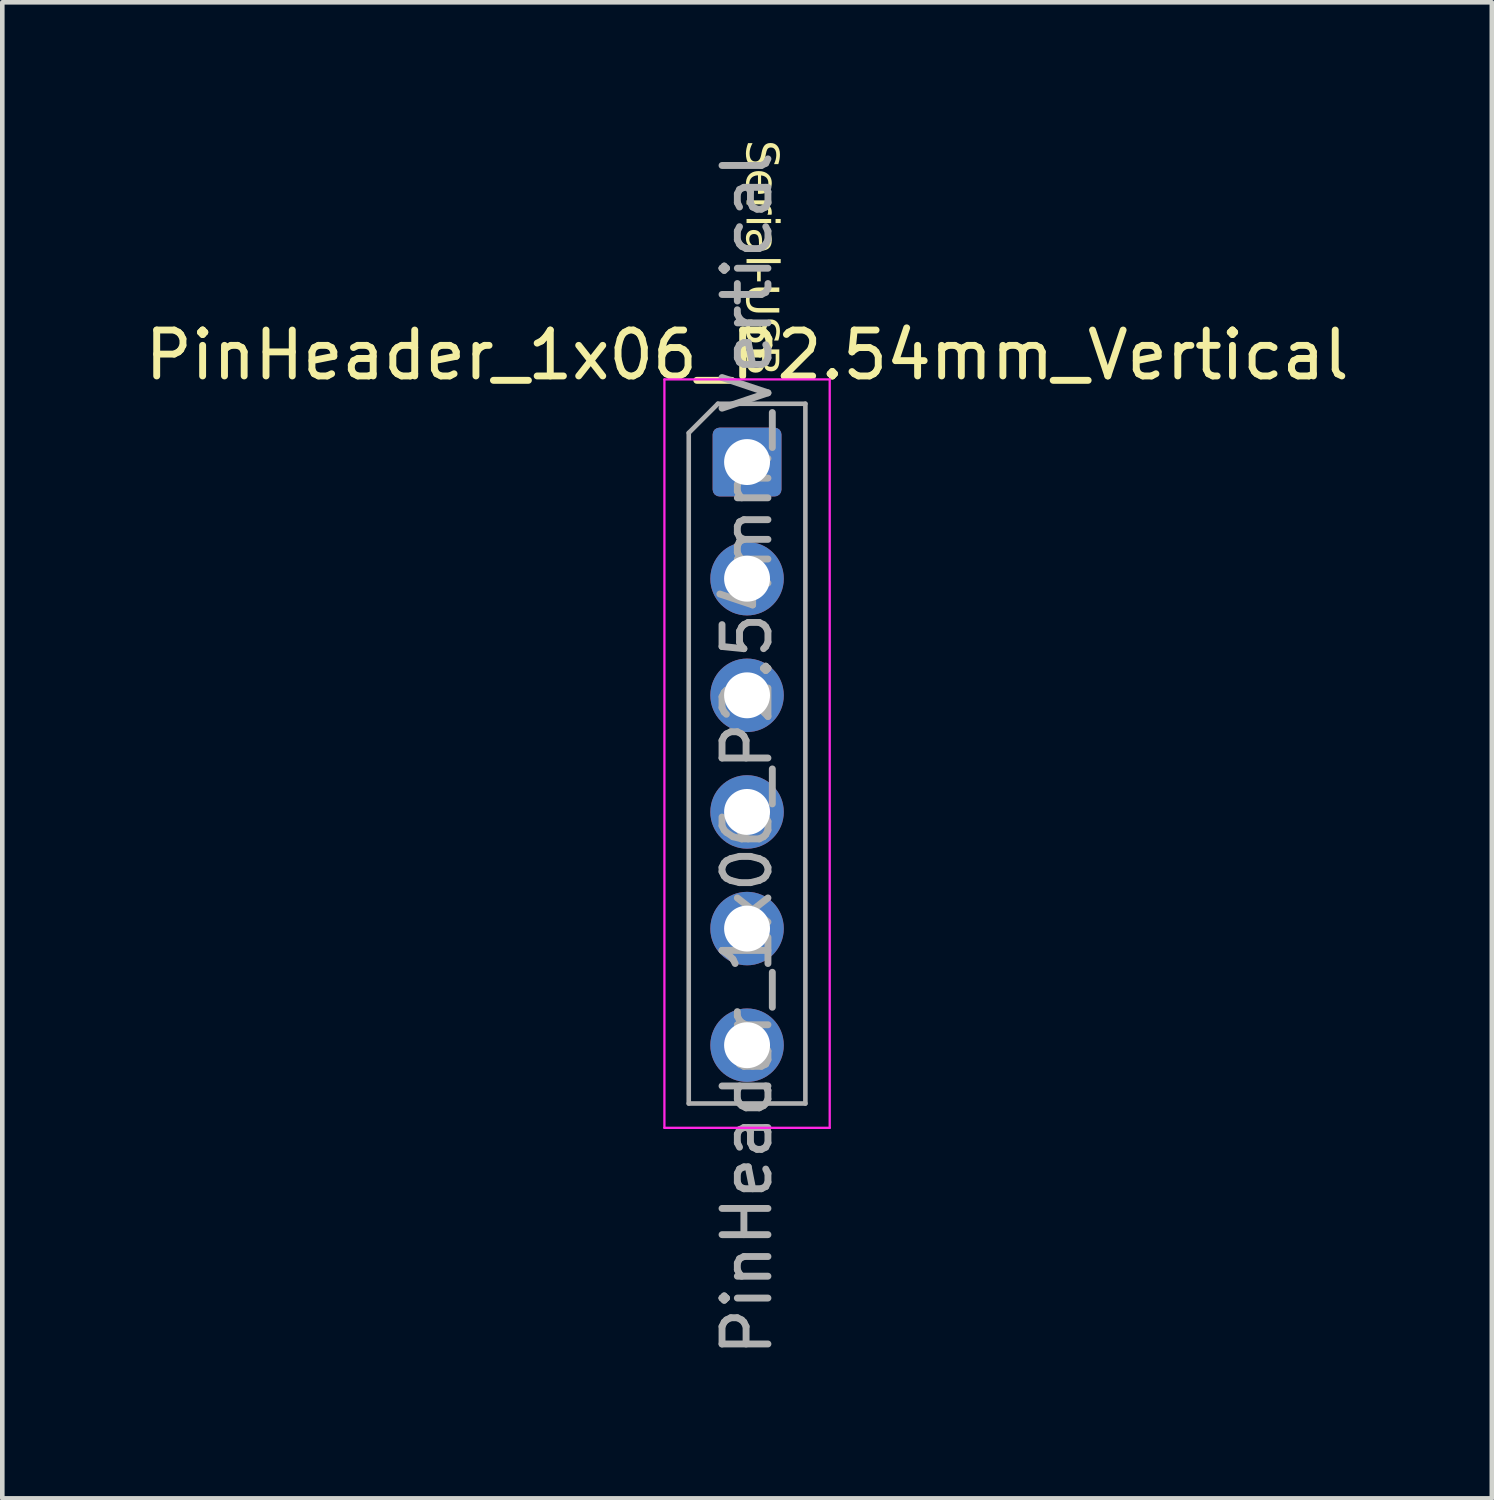
<source format=kicad_pcb>
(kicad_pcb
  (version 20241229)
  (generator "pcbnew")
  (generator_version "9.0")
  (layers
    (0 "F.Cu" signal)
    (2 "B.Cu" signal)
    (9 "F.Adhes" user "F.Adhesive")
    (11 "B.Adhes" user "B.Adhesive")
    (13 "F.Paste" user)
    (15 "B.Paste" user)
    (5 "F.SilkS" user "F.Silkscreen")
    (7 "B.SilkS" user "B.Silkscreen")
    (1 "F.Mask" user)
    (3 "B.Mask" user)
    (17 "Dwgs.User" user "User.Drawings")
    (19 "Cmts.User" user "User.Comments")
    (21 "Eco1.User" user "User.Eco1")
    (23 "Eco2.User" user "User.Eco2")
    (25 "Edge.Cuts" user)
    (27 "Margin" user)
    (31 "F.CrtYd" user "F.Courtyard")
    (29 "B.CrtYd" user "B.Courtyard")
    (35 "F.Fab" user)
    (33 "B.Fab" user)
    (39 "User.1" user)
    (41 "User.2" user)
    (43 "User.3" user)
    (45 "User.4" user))
  (footprint "PinHeader_1x06_P2.54mm_Vertical"
    (layer "F.Cu")
    (at 13.22 7.013)
    (property "Reference" "PinHeader_1x06_P2.54mm_Vertical" (at 0 -2.33 0) (layer "F.SilkS") (effects (font (size 1 1) (thickness 0.15))))
    (attr through_hole)
    (fp_line (start -1.8 -1.8) (end -1.8 14.5) (stroke (width 0.05) (type solid)) (layer "F.CrtYd"))
    (fp_line (start -1.8 14.5) (end 1.8 14.5) (stroke (width 0.05) (type solid)) (layer "F.CrtYd"))
    (fp_line (start 1.8 -1.8) (end -1.8 -1.8) (stroke (width 0.05) (type solid)) (layer "F.CrtYd"))
    (fp_line (start 1.8 14.5) (end 1.8 -1.8) (stroke (width 0.05) (type solid)) (layer "F.CrtYd"))
    (fp_line (start -1.27 -0.635) (end -0.635 -1.27) (stroke (width 0.1) (type solid)) (layer "F.Fab"))
    (fp_line (start -1.27 13.97) (end -1.27 -0.635) (stroke (width 0.1) (type solid)) (layer "F.Fab"))
    (fp_line (start -0.635 -1.27) (end 1.27 -1.27) (stroke (width 0.1) (type solid)) (layer "F.Fab"))
    (fp_line (start 1.27 -1.27) (end 1.27 13.97) (stroke (width 0.1) (type solid)) (layer "F.Fab"))
    (fp_line (start 1.27 13.97) (end -1.27 13.97) (stroke (width 0.1) (type solid)) (layer "F.Fab"))
    (fp_text user "Serial-USB" (at 0.279 -4.445 270) (unlocked yes) (layer "F.SilkS") (effects (font (face "Eurostile Next LT Com") (size 0.7 0.7) (thickness 0.15))))
    (fp_text user "${REFERENCE}" (at 0 6.35 270) (layer "F.Fab") (effects (font (size 1 1) (thickness 0.15))))
    (pad "1" thru_hole roundrect (at 0 0) (size 1.5 1.5) (drill 1) (layers "*.Cu" "*.Mask") (roundrect_rratio 0.1))
    (pad "2" thru_hole oval (at 0 2.54) (size 1.6 1.6) (drill 1) (layers "*.Cu" "*.Mask"))
    (pad "3" thru_hole oval (at 0 5.08) (size 1.6 1.6) (drill 1) (layers "*.Cu" "*.Mask"))
    (pad "4" thru_hole oval (at 0 7.62) (size 1.6 1.6) (drill 1) (layers "*.Cu" "*.Mask"))
    (pad "5" thru_hole oval (at 0 10.16) (size 1.6 1.6) (drill 1) (layers "*.Cu" "*.Mask"))
    (pad "6" thru_hole oval (at 0 12.7) (size 1.6 1.6) (drill 1) (layers "*.Cu" "*.Mask")))
  (gr_rect
    (start -3 -3)
    (end 29.44 29.583)
    (stroke (width 0.1) (type default))
    (fill no)
    (layer "Edge.Cuts")))
</source>
